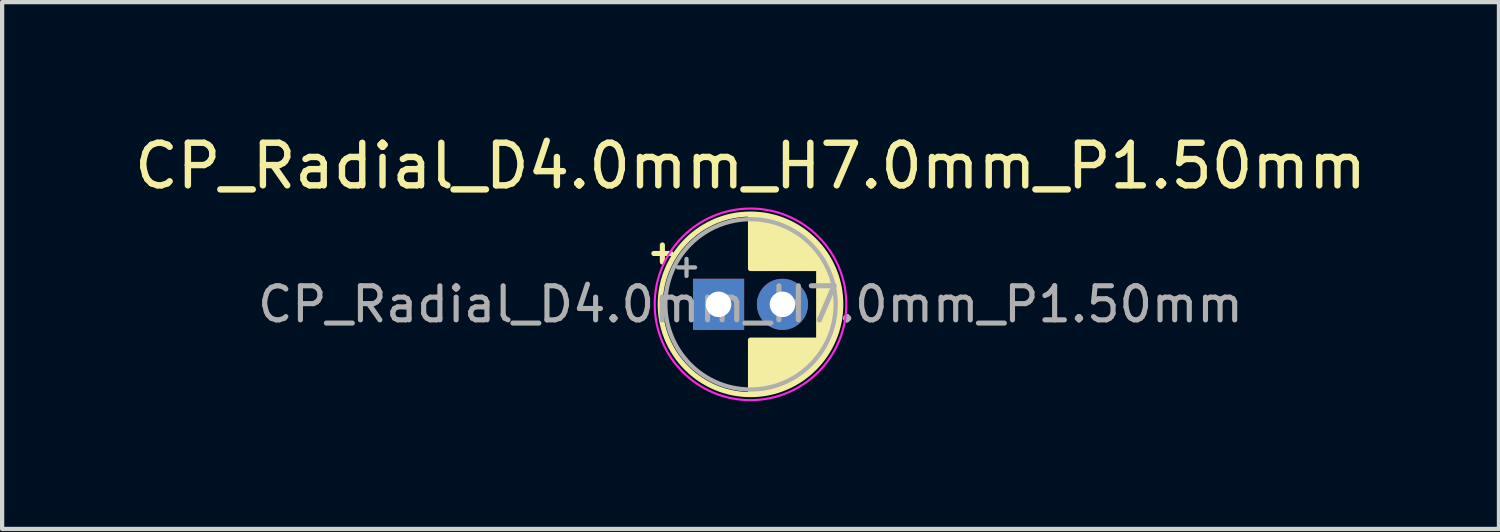
<source format=kicad_pcb>
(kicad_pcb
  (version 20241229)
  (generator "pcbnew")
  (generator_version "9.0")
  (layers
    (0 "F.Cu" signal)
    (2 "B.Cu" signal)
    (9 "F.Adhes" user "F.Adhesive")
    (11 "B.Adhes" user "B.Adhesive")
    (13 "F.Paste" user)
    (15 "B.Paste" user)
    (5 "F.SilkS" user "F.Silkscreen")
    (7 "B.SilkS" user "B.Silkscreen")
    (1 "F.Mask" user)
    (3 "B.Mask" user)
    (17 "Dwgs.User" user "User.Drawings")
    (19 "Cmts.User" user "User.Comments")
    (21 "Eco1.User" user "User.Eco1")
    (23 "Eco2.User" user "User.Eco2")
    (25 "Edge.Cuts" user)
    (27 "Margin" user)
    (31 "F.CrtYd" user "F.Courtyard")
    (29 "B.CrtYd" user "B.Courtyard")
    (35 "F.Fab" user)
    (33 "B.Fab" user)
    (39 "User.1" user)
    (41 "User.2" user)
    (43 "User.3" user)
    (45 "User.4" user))
  (footprint "CP_Radial_D4.0mm_H7.0mm_P1.50mm"
    (layer "F.Cu")
    (at 13.827 4.098)
    (property "Reference" "CP_Radial_D4.0mm_H7.0mm_P1.50mm" (at 0.75 -3.25 0) (layer "F.SilkS") (effects (font (size 1 1) (thickness 0.15))))
    (attr through_hole)
    (fp_line (start -1.52 -1.195) (end -1.12 -1.195) (stroke (width 0.12) (type solid)) (layer "F.SilkS"))
    (fp_line (start -1.32 -1.395) (end -1.32 -0.995) (stroke (width 0.12) (type solid)) (layer "F.SilkS"))
    (fp_line (start 0.75 -2.08) (end 0.75 -0.84) (stroke (width 0.12) (type solid)) (layer "F.SilkS"))
    (fp_line (start 0.75 0.84) (end 0.75 2.08) (stroke (width 0.12) (type solid)) (layer "F.SilkS"))
    (fp_line (start 0.79 -2.08) (end 0.79 -0.84) (stroke (width 0.12) (type solid)) (layer "F.SilkS"))
    (fp_line (start 0.79 0.84) (end 0.79 2.08) (stroke (width 0.12) (type solid)) (layer "F.SilkS"))
    (fp_line (start 0.83 -2.079) (end 0.83 -0.84) (stroke (width 0.12) (type solid)) (layer "F.SilkS"))
    (fp_line (start 0.83 0.84) (end 0.83 2.079) (stroke (width 0.12) (type solid)) (layer "F.SilkS"))
    (fp_line (start 0.87 -2.077) (end 0.87 -0.84) (stroke (width 0.12) (type solid)) (layer "F.SilkS"))
    (fp_line (start 0.87 0.84) (end 0.87 2.077) (stroke (width 0.12) (type solid)) (layer "F.SilkS"))
    (fp_line (start 0.91 -2.074) (end 0.91 -0.84) (stroke (width 0.12) (type solid)) (layer "F.SilkS"))
    (fp_line (start 0.91 0.84) (end 0.91 2.074) (stroke (width 0.12) (type solid)) (layer "F.SilkS"))
    (fp_line (start 0.95 -2.071) (end 0.95 -0.84) (stroke (width 0.12) (type solid)) (layer "F.SilkS"))
    (fp_line (start 0.95 0.84) (end 0.95 2.071) (stroke (width 0.12) (type solid)) (layer "F.SilkS"))
    (fp_line (start 0.99 -2.067) (end 0.99 -0.84) (stroke (width 0.12) (type solid)) (layer "F.SilkS"))
    (fp_line (start 0.99 0.84) (end 0.99 2.067) (stroke (width 0.12) (type solid)) (layer "F.SilkS"))
    (fp_line (start 1.03 -2.062) (end 1.03 -0.84) (stroke (width 0.12) (type solid)) (layer "F.SilkS"))
    (fp_line (start 1.03 0.84) (end 1.03 2.062) (stroke (width 0.12) (type solid)) (layer "F.SilkS"))
    (fp_line (start 1.07 -2.056) (end 1.07 -0.84) (stroke (width 0.12) (type solid)) (layer "F.SilkS"))
    (fp_line (start 1.07 0.84) (end 1.07 2.056) (stroke (width 0.12) (type solid)) (layer "F.SilkS"))
    (fp_line (start 1.11 -2.05) (end 1.11 -0.84) (stroke (width 0.12) (type solid)) (layer "F.SilkS"))
    (fp_line (start 1.11 0.84) (end 1.11 2.05) (stroke (width 0.12) (type solid)) (layer "F.SilkS"))
    (fp_line (start 1.15 -2.042) (end 1.15 -0.84) (stroke (width 0.12) (type solid)) (layer "F.SilkS"))
    (fp_line (start 1.15 0.84) (end 1.15 2.042) (stroke (width 0.12) (type solid)) (layer "F.SilkS"))
    (fp_line (start 1.19 -2.034) (end 1.19 -0.84) (stroke (width 0.12) (type solid)) (layer "F.SilkS"))
    (fp_line (start 1.19 0.84) (end 1.19 2.034) (stroke (width 0.12) (type solid)) (layer "F.SilkS"))
    (fp_line (start 1.23 -2.025) (end 1.23 -0.84) (stroke (width 0.12) (type solid)) (layer "F.SilkS"))
    (fp_line (start 1.23 0.84) (end 1.23 2.025) (stroke (width 0.12) (type solid)) (layer "F.SilkS"))
    (fp_line (start 1.27 -2.016) (end 1.27 -0.84) (stroke (width 0.12) (type solid)) (layer "F.SilkS"))
    (fp_line (start 1.27 0.84) (end 1.27 2.016) (stroke (width 0.12) (type solid)) (layer "F.SilkS"))
    (fp_line (start 1.31 -2.005) (end 1.31 -0.84) (stroke (width 0.12) (type solid)) (layer "F.SilkS"))
    (fp_line (start 1.31 0.84) (end 1.31 2.005) (stroke (width 0.12) (type solid)) (layer "F.SilkS"))
    (fp_line (start 1.35 -1.994) (end 1.35 -0.84) (stroke (width 0.12) (type solid)) (layer "F.SilkS"))
    (fp_line (start 1.35 0.84) (end 1.35 1.994) (stroke (width 0.12) (type solid)) (layer "F.SilkS"))
    (fp_line (start 1.39 -1.982) (end 1.39 -0.84) (stroke (width 0.12) (type solid)) (layer "F.SilkS"))
    (fp_line (start 1.39 0.84) (end 1.39 1.982) (stroke (width 0.12) (type solid)) (layer "F.SilkS"))
    (fp_line (start 1.43 -1.968) (end 1.43 -0.84) (stroke (width 0.12) (type solid)) (layer "F.SilkS"))
    (fp_line (start 1.43 0.84) (end 1.43 1.968) (stroke (width 0.12) (type solid)) (layer "F.SilkS"))
    (fp_line (start 1.471 -1.954) (end 1.471 -0.84) (stroke (width 0.12) (type solid)) (layer "F.SilkS"))
    (fp_line (start 1.471 0.84) (end 1.471 1.954) (stroke (width 0.12) (type solid)) (layer "F.SilkS"))
    (fp_line (start 1.511 -1.94) (end 1.511 -0.84) (stroke (width 0.12) (type solid)) (layer "F.SilkS"))
    (fp_line (start 1.511 0.84) (end 1.511 1.94) (stroke (width 0.12) (type solid)) (layer "F.SilkS"))
    (fp_line (start 1.551 -1.924) (end 1.551 -0.84) (stroke (width 0.12) (type solid)) (layer "F.SilkS"))
    (fp_line (start 1.551 0.84) (end 1.551 1.924) (stroke (width 0.12) (type solid)) (layer "F.SilkS"))
    (fp_line (start 1.591 -1.907) (end 1.591 -0.84) (stroke (width 0.12) (type solid)) (layer "F.SilkS"))
    (fp_line (start 1.591 0.84) (end 1.591 1.907) (stroke (width 0.12) (type solid)) (layer "F.SilkS"))
    (fp_line (start 1.631 -1.889) (end 1.631 -0.84) (stroke (width 0.12) (type solid)) (layer "F.SilkS"))
    (fp_line (start 1.631 0.84) (end 1.631 1.889) (stroke (width 0.12) (type solid)) (layer "F.SilkS"))
    (fp_line (start 1.671 -1.87) (end 1.671 -0.84) (stroke (width 0.12) (type solid)) (layer "F.SilkS"))
    (fp_line (start 1.671 0.84) (end 1.671 1.87) (stroke (width 0.12) (type solid)) (layer "F.SilkS"))
    (fp_line (start 1.711 -1.851) (end 1.711 -0.84) (stroke (width 0.12) (type solid)) (layer "F.SilkS"))
    (fp_line (start 1.711 0.84) (end 1.711 1.851) (stroke (width 0.12) (type solid)) (layer "F.SilkS"))
    (fp_line (start 1.751 -1.83) (end 1.751 -0.84) (stroke (width 0.12) (type solid)) (layer "F.SilkS"))
    (fp_line (start 1.751 0.84) (end 1.751 1.83) (stroke (width 0.12) (type solid)) (layer "F.SilkS"))
    (fp_line (start 1.791 -1.808) (end 1.791 -0.84) (stroke (width 0.12) (type solid)) (layer "F.SilkS"))
    (fp_line (start 1.791 0.84) (end 1.791 1.808) (stroke (width 0.12) (type solid)) (layer "F.SilkS"))
    (fp_line (start 1.831 -1.785) (end 1.831 -0.84) (stroke (width 0.12) (type solid)) (layer "F.SilkS"))
    (fp_line (start 1.831 0.84) (end 1.831 1.785) (stroke (width 0.12) (type solid)) (layer "F.SilkS"))
    (fp_line (start 1.871 -1.76) (end 1.871 -0.84) (stroke (width 0.12) (type solid)) (layer "F.SilkS"))
    (fp_line (start 1.871 0.84) (end 1.871 1.76) (stroke (width 0.12) (type solid)) (layer "F.SilkS"))
    (fp_line (start 1.911 -1.735) (end 1.911 -0.84) (stroke (width 0.12) (type solid)) (layer "F.SilkS"))
    (fp_line (start 1.911 0.84) (end 1.911 1.735) (stroke (width 0.12) (type solid)) (layer "F.SilkS"))
    (fp_line (start 1.951 -1.708) (end 1.951 -0.84) (stroke (width 0.12) (type solid)) (layer "F.SilkS"))
    (fp_line (start 1.951 0.84) (end 1.951 1.708) (stroke (width 0.12) (type solid)) (layer "F.SilkS"))
    (fp_line (start 1.991 -1.68) (end 1.991 -0.84) (stroke (width 0.12) (type solid)) (layer "F.SilkS"))
    (fp_line (start 1.991 0.84) (end 1.991 1.68) (stroke (width 0.12) (type solid)) (layer "F.SilkS"))
    (fp_line (start 2.031 -1.65) (end 2.031 -0.84) (stroke (width 0.12) (type solid)) (layer "F.SilkS"))
    (fp_line (start 2.031 0.84) (end 2.031 1.65) (stroke (width 0.12) (type solid)) (layer "F.SilkS"))
    (fp_line (start 2.071 -1.619) (end 2.071 -0.84) (stroke (width 0.12) (type solid)) (layer "F.SilkS"))
    (fp_line (start 2.071 0.84) (end 2.071 1.619) (stroke (width 0.12) (type solid)) (layer "F.SilkS"))
    (fp_line (start 2.111 -1.587) (end 2.111 -0.84) (stroke (width 0.12) (type solid)) (layer "F.SilkS"))
    (fp_line (start 2.111 0.84) (end 2.111 1.587) (stroke (width 0.12) (type solid)) (layer "F.SilkS"))
    (fp_line (start 2.151 -1.552) (end 2.151 -0.84) (stroke (width 0.12) (type solid)) (layer "F.SilkS"))
    (fp_line (start 2.151 0.84) (end 2.151 1.552) (stroke (width 0.12) (type solid)) (layer "F.SilkS"))
    (fp_line (start 2.191 -1.516) (end 2.191 -0.84) (stroke (width 0.12) (type solid)) (layer "F.SilkS"))
    (fp_line (start 2.191 0.84) (end 2.191 1.516) (stroke (width 0.12) (type solid)) (layer "F.SilkS"))
    (fp_line (start 2.231 -1.478) (end 2.231 -0.84) (stroke (width 0.12) (type solid)) (layer "F.SilkS"))
    (fp_line (start 2.231 0.84) (end 2.231 1.478) (stroke (width 0.12) (type solid)) (layer "F.SilkS"))
    (fp_line (start 2.271 -1.438) (end 2.271 -0.84) (stroke (width 0.12) (type solid)) (layer "F.SilkS"))
    (fp_line (start 2.271 0.84) (end 2.271 1.438) (stroke (width 0.12) (type solid)) (layer "F.SilkS"))
    (fp_line (start 2.311 -1.396) (end 2.311 -0.84) (stroke (width 0.12) (type solid)) (layer "F.SilkS"))
    (fp_line (start 2.311 0.84) (end 2.311 1.396) (stroke (width 0.12) (type solid)) (layer "F.SilkS"))
    (fp_line (start 2.351 -1.351) (end 2.351 1.351) (stroke (width 0.12) (type solid)) (layer "F.SilkS"))
    (fp_line (start 2.391 -1.304) (end 2.391 1.304) (stroke (width 0.12) (type solid)) (layer "F.SilkS"))
    (fp_line (start 2.431 -1.254) (end 2.431 1.254) (stroke (width 0.12) (type solid)) (layer "F.SilkS"))
    (fp_line (start 2.471 -1.2) (end 2.471 1.2) (stroke (width 0.12) (type solid)) (layer "F.SilkS"))
    (fp_line (start 2.511 -1.142) (end 2.511 1.142) (stroke (width 0.12) (type solid)) (layer "F.SilkS"))
    (fp_line (start 2.551 -1.08) (end 2.551 1.08) (stroke (width 0.12) (type solid)) (layer "F.SilkS"))
    (fp_line (start 2.591 -1.013) (end 2.591 1.013) (stroke (width 0.12) (type solid)) (layer "F.SilkS"))
    (fp_line (start 2.631 -0.94) (end 2.631 0.94) (stroke (width 0.12) (type solid)) (layer "F.SilkS"))
    (fp_line (start 2.671 -0.859) (end 2.671 0.859) (stroke (width 0.12) (type solid)) (layer "F.SilkS"))
    (fp_line (start 2.711 -0.768) (end 2.711 0.768) (stroke (width 0.12) (type solid)) (layer "F.SilkS"))
    (fp_line (start 2.751 -0.664) (end 2.751 0.664) (stroke (width 0.12) (type solid)) (layer "F.SilkS"))
    (fp_line (start 2.791 -0.537) (end 2.791 0.537) (stroke (width 0.12) (type solid)) (layer "F.SilkS"))
    (fp_line (start 2.831 -0.37) (end 2.831 0.37) (stroke (width 0.12) (type solid)) (layer "F.SilkS"))
    (fp_circle (center 0.75 0) (end 2.87 0) (stroke (width 0.12) (type solid)) (fill no) (layer "F.SilkS"))
    (fp_circle (center 0.75 0) (end 3 0) (stroke (width 0.05) (type solid)) (fill no) (layer "F.CrtYd"))
    (fp_line (start -0.953 -0.868) (end -0.553 -0.868) (stroke (width 0.1) (type solid)) (layer "F.Fab"))
    (fp_line (start -0.753 -1.067) (end -0.753 -0.667) (stroke (width 0.1) (type solid)) (layer "F.Fab"))
    (fp_circle (center 0.75 0) (end 2.75 0) (stroke (width 0.1) (type solid)) (fill no) (layer "F.Fab"))
    (fp_text user "${REFERENCE}" (at 0.75 0 0) (layer "F.Fab") (effects (font (size 0.8 0.8) (thickness 0.12))))
    (pad "1" thru_hole rect (at 0 0) (size 1.2 1.2) (drill 0.6) (layers "*.Cu" "*.Mask"))
    (pad "2" thru_hole circle (at 1.5 0) (size 1.2 1.2) (drill 0.6) (layers "*.Cu" "*.Mask")))
  (gr_rect
    (start -3 -3)
    (end 32.155 9.373)
    (stroke (width 0.1) (type default))
    (fill no)
    (layer "Edge.Cuts")))
</source>
